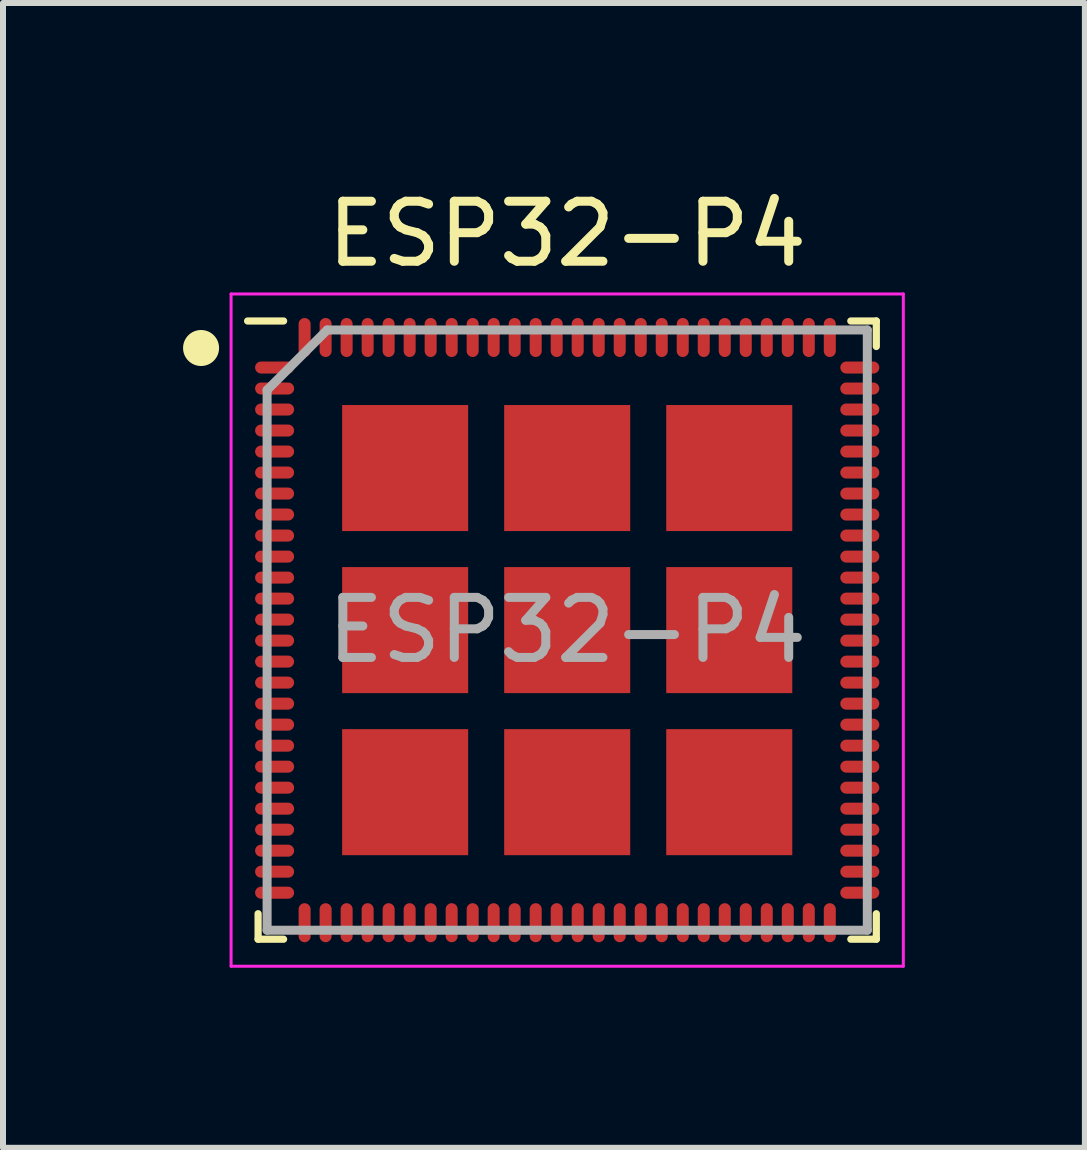
<source format=kicad_pcb>
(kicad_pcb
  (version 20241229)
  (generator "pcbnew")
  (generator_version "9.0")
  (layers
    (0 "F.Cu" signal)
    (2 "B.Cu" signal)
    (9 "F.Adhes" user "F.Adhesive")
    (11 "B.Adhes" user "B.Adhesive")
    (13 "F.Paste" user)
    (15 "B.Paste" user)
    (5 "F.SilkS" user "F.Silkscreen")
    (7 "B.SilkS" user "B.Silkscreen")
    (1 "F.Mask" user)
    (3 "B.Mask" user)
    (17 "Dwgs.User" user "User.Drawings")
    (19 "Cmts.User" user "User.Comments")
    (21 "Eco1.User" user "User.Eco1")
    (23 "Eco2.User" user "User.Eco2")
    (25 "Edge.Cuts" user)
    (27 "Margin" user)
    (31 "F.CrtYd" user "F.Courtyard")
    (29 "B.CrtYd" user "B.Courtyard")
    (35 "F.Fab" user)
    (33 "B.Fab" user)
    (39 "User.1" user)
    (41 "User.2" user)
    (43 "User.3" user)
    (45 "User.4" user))
  (footprint "ESP32-P4"
    (layer "F.Cu")
    (at 6.4 7.448)
    (property "Reference" "ESP32-P4" (at 0 -6.6 0) (layer "F.SilkS") (effects (font (size 1 1) (thickness 0.15))))
    (attr smd)
    (fp_line (start -5.15 5.15) (end -5.15 4.725) (stroke (width 0.12) (type default)) (layer "F.SilkS"))
    (fp_line (start -4.725 -5.15) (end -5.325 -5.15) (stroke (width 0.12) (type default)) (layer "F.SilkS"))
    (fp_line (start -4.725 5.15) (end -5.15 5.15) (stroke (width 0.12) (type default)) (layer "F.SilkS"))
    (fp_line (start 4.725 -5.15) (end 5.15 -5.15) (stroke (width 0.12) (type default)) (layer "F.SilkS"))
    (fp_line (start 4.725 5.15) (end 5.15 5.15) (stroke (width 0.12) (type default)) (layer "F.SilkS"))
    (fp_line (start 5.15 -5.15) (end 5.15 -4.725) (stroke (width 0.12) (type default)) (layer "F.SilkS"))
    (fp_line (start 5.15 5.15) (end 5.15 4.725) (stroke (width 0.12) (type default)) (layer "F.SilkS"))
    (fp_circle (center -6.1 -4.7) (end -5.85 -4.7) (stroke (width 0.1) (type default)) (fill yes) (layer "F.SilkS"))
    (fp_line (start -5.6 -5.6) (end 5.6 -5.6) (stroke (width 0.05) (type default)) (layer "F.CrtYd"))
    (fp_line (start -5.6 5.6) (end -5.6 -5.6) (stroke (width 0.05) (type default)) (layer "F.CrtYd"))
    (fp_line (start 5.6 -5.6) (end 5.6 5.6) (stroke (width 0.05) (type default)) (layer "F.CrtYd"))
    (fp_line (start 5.6 5.6) (end -5.6 5.6) (stroke (width 0.05) (type default)) (layer "F.CrtYd"))
    (fp_line (start -5 -4) (end -5 5) (stroke (width 0.15) (type default)) (layer "F.Fab"))
    (fp_line (start -5 5) (end 5 5) (stroke (width 0.15) (type default)) (layer "F.Fab"))
    (fp_line (start -4 -5) (end -5 -4) (stroke (width 0.15) (type default)) (layer "F.Fab"))
    (fp_line (start 5 -5) (end -4 -5) (stroke (width 0.15) (type default)) (layer "F.Fab"))
    (fp_line (start 5 5) (end 5 -5) (stroke (width 0.15) (type default)) (layer "F.Fab"))
    (fp_text user "${REFERENCE}" (at 0 0 0) (layer "F.Fab") (effects (font (size 1 1) (thickness 0.15))))
    (pad "1" smd oval (at -4.875 -4.375 90) (size 0.2 0.65) (layers "F.Cu" "F.Mask" "F.Paste"))
    (pad "2" smd oval (at -4.875 -4.025 90) (size 0.2 0.65) (layers "F.Cu" "F.Mask" "F.Paste"))
    (pad "3" smd oval (at -4.875 -3.675 90) (size 0.2 0.65) (layers "F.Cu" "F.Mask" "F.Paste"))
    (pad "4" smd oval (at -4.875 -3.325 90) (size 0.2 0.65) (layers "F.Cu" "F.Mask" "F.Paste"))
    (pad "5" smd oval (at -4.875 -2.975 90) (size 0.2 0.65) (layers "F.Cu" "F.Mask" "F.Paste"))
    (pad "6" smd oval (at -4.875 -2.625 90) (size 0.2 0.65) (layers "F.Cu" "F.Mask" "F.Paste"))
    (pad "7" smd oval (at -4.875 -2.275 90) (size 0.2 0.65) (layers "F.Cu" "F.Mask" "F.Paste"))
    (pad "8" smd oval (at -4.875 -1.925 90) (size 0.2 0.65) (layers "F.Cu" "F.Mask" "F.Paste"))
    (pad "9" smd oval (at -4.875 -1.575 90) (size 0.2 0.65) (layers "F.Cu" "F.Mask" "F.Paste"))
    (pad "10" smd oval (at -4.875 -1.225 90) (size 0.2 0.65) (layers "F.Cu" "F.Mask" "F.Paste"))
    (pad "11" smd oval (at -4.875 -0.875 90) (size 0.2 0.65) (layers "F.Cu" "F.Mask" "F.Paste"))
    (pad "12" smd oval (at -4.875 -0.525 90) (size 0.2 0.65) (layers "F.Cu" "F.Mask" "F.Paste"))
    (pad "13" smd oval (at -4.875 -0.175 90) (size 0.2 0.65) (layers "F.Cu" "F.Mask" "F.Paste"))
    (pad "14" smd oval (at -4.875 0.175 90) (size 0.2 0.65) (layers "F.Cu" "F.Mask" "F.Paste"))
    (pad "15" smd oval (at -4.875 0.525 90) (size 0.2 0.65) (layers "F.Cu" "F.Mask" "F.Paste"))
    (pad "16" smd oval (at -4.875 0.875 90) (size 0.2 0.65) (layers "F.Cu" "F.Mask" "F.Paste"))
    (pad "17" smd oval (at -4.875 1.225 90) (size 0.2 0.65) (layers "F.Cu" "F.Mask" "F.Paste"))
    (pad "18" smd oval (at -4.875 1.575 90) (size 0.2 0.65) (layers "F.Cu" "F.Mask" "F.Paste"))
    (pad "19" smd oval (at -4.875 1.925 90) (size 0.2 0.65) (layers "F.Cu" "F.Mask" "F.Paste"))
    (pad "20" smd oval (at -4.875 2.275 90) (size 0.2 0.65) (layers "F.Cu" "F.Mask" "F.Paste"))
    (pad "21" smd oval (at -4.875 2.625 90) (size 0.2 0.65) (layers "F.Cu" "F.Mask" "F.Paste"))
    (pad "22" smd oval (at -4.875 2.975 90) (size 0.2 0.65) (layers "F.Cu" "F.Mask" "F.Paste"))
    (pad "23" smd oval (at -4.875 3.325 90) (size 0.2 0.65) (layers "F.Cu" "F.Mask" "F.Paste"))
    (pad "24" smd oval (at -4.875 3.675 90) (size 0.2 0.65) (layers "F.Cu" "F.Mask" "F.Paste"))
    (pad "25" smd oval (at -4.875 4.025 90) (size 0.2 0.65) (layers "F.Cu" "F.Mask" "F.Paste"))
    (pad "26" smd oval (at -4.875 4.375 90) (size 0.2 0.65) (layers "F.Cu" "F.Mask" "F.Paste"))
    (pad "27" smd oval (at -4.375 4.875) (size 0.2 0.65) (layers "F.Cu" "F.Mask" "F.Paste"))
    (pad "28" smd oval (at -4.025 4.875) (size 0.2 0.65) (layers "F.Cu" "F.Mask" "F.Paste"))
    (pad "29" smd oval (at -3.675 4.875) (size 0.2 0.65) (layers "F.Cu" "F.Mask" "F.Paste"))
    (pad "30" smd oval (at -3.325 4.875) (size 0.2 0.65) (layers "F.Cu" "F.Mask" "F.Paste"))
    (pad "31" smd oval (at -2.975 4.875) (size 0.2 0.65) (layers "F.Cu" "F.Mask" "F.Paste"))
    (pad "32" smd oval (at -2.625 4.875) (size 0.2 0.65) (layers "F.Cu" "F.Mask" "F.Paste"))
    (pad "33" smd oval (at -2.275 4.875) (size 0.2 0.65) (layers "F.Cu" "F.Mask" "F.Paste"))
    (pad "34" smd oval (at -1.925 4.875) (size 0.2 0.65) (layers "F.Cu" "F.Mask" "F.Paste"))
    (pad "35" smd oval (at -1.575 4.875) (size 0.2 0.65) (layers "F.Cu" "F.Mask" "F.Paste"))
    (pad "36" smd oval (at -1.225 4.875) (size 0.2 0.65) (layers "F.Cu" "F.Mask" "F.Paste"))
    (pad "37" smd oval (at -0.875 4.875) (size 0.2 0.65) (layers "F.Cu" "F.Mask" "F.Paste"))
    (pad "38" smd oval (at -0.525 4.875) (size 0.2 0.65) (layers "F.Cu" "F.Mask" "F.Paste"))
    (pad "39" smd oval (at -0.175 4.875) (size 0.2 0.65) (layers "F.Cu" "F.Mask" "F.Paste"))
    (pad "40" smd oval (at 0.175 4.875) (size 0.2 0.65) (layers "F.Cu" "F.Mask" "F.Paste"))
    (pad "41" smd oval (at 0.525 4.875) (size 0.2 0.65) (layers "F.Cu" "F.Mask" "F.Paste"))
    (pad "42" smd oval (at 0.875 4.875) (size 0.2 0.65) (layers "F.Cu" "F.Mask" "F.Paste"))
    (pad "43" smd oval (at 1.225 4.875) (size 0.2 0.65) (layers "F.Cu" "F.Mask" "F.Paste"))
    (pad "44" smd oval (at 1.575 4.875) (size 0.2 0.65) (layers "F.Cu" "F.Mask" "F.Paste"))
    (pad "45" smd oval (at 1.925 4.875) (size 0.2 0.65) (layers "F.Cu" "F.Mask" "F.Paste"))
    (pad "46" smd oval (at 2.275 4.875) (size 0.2 0.65) (layers "F.Cu" "F.Mask" "F.Paste"))
    (pad "47" smd oval (at 2.625 4.875) (size 0.2 0.65) (layers "F.Cu" "F.Mask" "F.Paste"))
    (pad "48" smd oval (at 2.975 4.875) (size 0.2 0.65) (layers "F.Cu" "F.Mask" "F.Paste"))
    (pad "49" smd oval (at 3.325 4.875) (size 0.2 0.65) (layers "F.Cu" "F.Mask" "F.Paste"))
    (pad "50" smd oval (at 3.675 4.875) (size 0.2 0.65) (layers "F.Cu" "F.Mask" "F.Paste"))
    (pad "51" smd oval (at 4.025 4.875) (size 0.2 0.65) (layers "F.Cu" "F.Mask" "F.Paste"))
    (pad "52" smd oval (at 4.375 4.875) (size 0.2 0.65) (layers "F.Cu" "F.Mask" "F.Paste"))
    (pad "53" smd oval (at 4.875 4.375 90) (size 0.2 0.65) (layers "F.Cu" "F.Mask" "F.Paste"))
    (pad "54" smd oval (at 4.875 4.025 90) (size 0.2 0.65) (layers "F.Cu" "F.Mask" "F.Paste"))
    (pad "55" smd oval (at 4.875 3.675 90) (size 0.2 0.65) (layers "F.Cu" "F.Mask" "F.Paste"))
    (pad "56" smd oval (at 4.875 3.325 90) (size 0.2 0.65) (layers "F.Cu" "F.Mask" "F.Paste"))
    (pad "57" smd oval (at 4.875 2.975 90) (size 0.2 0.65) (layers "F.Cu" "F.Mask" "F.Paste"))
    (pad "58" smd oval (at 4.875 2.625 90) (size 0.2 0.65) (layers "F.Cu" "F.Mask" "F.Paste"))
    (pad "59" smd oval (at 4.875 2.275 90) (size 0.2 0.65) (layers "F.Cu" "F.Mask" "F.Paste"))
    (pad "60" smd oval (at 4.875 1.925 90) (size 0.2 0.65) (layers "F.Cu" "F.Mask" "F.Paste"))
    (pad "61" smd oval (at 4.875 1.575 90) (size 0.2 0.65) (layers "F.Cu" "F.Mask" "F.Paste"))
    (pad "62" smd oval (at 4.875 1.225 90) (size 0.2 0.65) (layers "F.Cu" "F.Mask" "F.Paste"))
    (pad "63" smd oval (at 4.875 0.875 90) (size 0.2 0.65) (layers "F.Cu" "F.Mask" "F.Paste"))
    (pad "64" smd oval (at 4.875 0.525 90) (size 0.2 0.65) (layers "F.Cu" "F.Mask" "F.Paste"))
    (pad "65" smd oval (at 4.875 0.175 90) (size 0.2 0.65) (layers "F.Cu" "F.Mask" "F.Paste"))
    (pad "66" smd oval (at 4.875 -0.175 90) (size 0.2 0.65) (layers "F.Cu" "F.Mask" "F.Paste"))
    (pad "67" smd oval (at 4.875 -0.525 90) (size 0.2 0.65) (layers "F.Cu" "F.Mask" "F.Paste"))
    (pad "68" smd oval (at 4.875 -0.875 90) (size 0.2 0.65) (layers "F.Cu" "F.Mask" "F.Paste"))
    (pad "69" smd oval (at 4.875 -1.225 90) (size 0.2 0.65) (layers "F.Cu" "F.Mask" "F.Paste"))
    (pad "70" smd oval (at 4.875 -1.575 90) (size 0.2 0.65) (layers "F.Cu" "F.Mask" "F.Paste"))
    (pad "71" smd oval (at 4.875 -1.925 90) (size 0.2 0.65) (layers "F.Cu" "F.Mask" "F.Paste"))
    (pad "72" smd oval (at 4.875 -2.275 90) (size 0.2 0.65) (layers "F.Cu" "F.Mask" "F.Paste"))
    (pad "73" smd oval (at 4.875 -2.625 90) (size 0.2 0.65) (layers "F.Cu" "F.Mask" "F.Paste"))
    (pad "74" smd oval (at 4.875 -2.975 90) (size 0.2 0.65) (layers "F.Cu" "F.Mask" "F.Paste"))
    (pad "75" smd oval (at 4.875 -3.325 90) (size 0.2 0.65) (layers "F.Cu" "F.Mask" "F.Paste"))
    (pad "76" smd oval (at 4.875 -3.675 90) (size 0.2 0.65) (layers "F.Cu" "F.Mask" "F.Paste"))
    (pad "77" smd oval (at 4.875 -4.025 90) (size 0.2 0.65) (layers "F.Cu" "F.Mask" "F.Paste"))
    (pad "78" smd oval (at 4.875 -4.375 90) (size 0.2 0.65) (layers "F.Cu" "F.Mask" "F.Paste"))
    (pad "79" smd oval (at 4.375 -4.875) (size 0.2 0.65) (layers "F.Cu" "F.Mask" "F.Paste"))
    (pad "80" smd oval (at 4.025 -4.875) (size 0.2 0.65) (layers "F.Cu" "F.Mask" "F.Paste"))
    (pad "81" smd oval (at 3.675 -4.875) (size 0.2 0.65) (layers "F.Cu" "F.Mask" "F.Paste"))
    (pad "82" smd oval (at 3.325 -4.875) (size 0.2 0.65) (layers "F.Cu" "F.Mask" "F.Paste"))
    (pad "83" smd oval (at 2.975 -4.875) (size 0.2 0.65) (layers "F.Cu" "F.Mask" "F.Paste"))
    (pad "84" smd oval (at 2.625 -4.875) (size 0.2 0.65) (layers "F.Cu" "F.Mask" "F.Paste"))
    (pad "85" smd oval (at 2.275 -4.875) (size 0.2 0.65) (layers "F.Cu" "F.Mask" "F.Paste"))
    (pad "86" smd oval (at 1.925 -4.875) (size 0.2 0.65) (layers "F.Cu" "F.Mask" "F.Paste"))
    (pad "87" smd oval (at 1.575 -4.875) (size 0.2 0.65) (layers "F.Cu" "F.Mask" "F.Paste"))
    (pad "88" smd oval (at 1.225 -4.875) (size 0.2 0.65) (layers "F.Cu" "F.Mask" "F.Paste"))
    (pad "89" smd oval (at 0.875 -4.875) (size 0.2 0.65) (layers "F.Cu" "F.Mask" "F.Paste"))
    (pad "90" smd oval (at 0.525 -4.875) (size 0.2 0.65) (layers "F.Cu" "F.Mask" "F.Paste"))
    (pad "91" smd oval (at 0.175 -4.875) (size 0.2 0.65) (layers "F.Cu" "F.Mask" "F.Paste"))
    (pad "92" smd oval (at -0.175 -4.875) (size 0.2 0.65) (layers "F.Cu" "F.Mask" "F.Paste"))
    (pad "93" smd oval (at -0.525 -4.875) (size 0.2 0.65) (layers "F.Cu" "F.Mask" "F.Paste"))
    (pad "94" smd oval (at -0.875 -4.875) (size 0.2 0.65) (layers "F.Cu" "F.Mask" "F.Paste"))
    (pad "95" smd oval (at -1.225 -4.875) (size 0.2 0.65) (layers "F.Cu" "F.Mask" "F.Paste"))
    (pad "96" smd oval (at -1.575 -4.875) (size 0.2 0.65) (layers "F.Cu" "F.Mask" "F.Paste"))
    (pad "97" smd oval (at -1.925 -4.875) (size 0.2 0.65) (layers "F.Cu" "F.Mask" "F.Paste"))
    (pad "98" smd oval (at -2.275 -4.875) (size 0.2 0.65) (layers "F.Cu" "F.Mask" "F.Paste"))
    (pad "99" smd oval (at -2.625 -4.875) (size 0.2 0.65) (layers "F.Cu" "F.Mask" "F.Paste"))
    (pad "100" smd oval (at -2.975 -4.875) (size 0.2 0.65) (layers "F.Cu" "F.Mask" "F.Paste"))
    (pad "101" smd oval (at -3.325 -4.875) (size 0.2 0.65) (layers "F.Cu" "F.Mask" "F.Paste"))
    (pad "102" smd oval (at -3.675 -4.875) (size 0.2 0.65) (layers "F.Cu" "F.Mask" "F.Paste"))
    (pad "103" smd oval (at -4.025 -4.875) (size 0.2 0.65) (layers "F.Cu" "F.Mask" "F.Paste"))
    (pad "104" smd oval (at -4.375 -4.875) (size 0.2 0.65) (layers "F.Cu" "F.Mask" "F.Paste"))
    (pad "105" smd rect (at -2.7 -2.7) (size 2.1 2.1) (layers "F.Cu" "F.Mask" "F.Paste"))
    (pad "105" smd rect (at -2.7 0) (size 2.1 2.1) (layers "F.Cu" "F.Mask" "F.Paste"))
    (pad "105" smd rect (at -2.7 2.7) (size 2.1 2.1) (layers "F.Cu" "F.Mask" "F.Paste"))
    (pad "105" smd rect (at 0 -2.7) (size 2.1 2.1) (layers "F.Cu" "F.Mask" "F.Paste"))
    (pad "105" smd rect (at 0 0) (size 2.1 2.1) (layers "F.Cu" "F.Mask" "F.Paste"))
    (pad "105" smd rect (at 0 2.7) (size 2.1 2.1) (layers "F.Cu" "F.Mask" "F.Paste"))
    (pad "105" smd rect (at 2.7 -2.7) (size 2.1 2.1) (layers "F.Cu" "F.Mask" "F.Paste"))
    (pad "105" smd rect (at 2.7 0) (size 2.1 2.1) (layers "F.Cu" "F.Mask" "F.Paste"))
    (pad "105" smd rect (at 2.7 2.7) (size 2.1 2.1) (layers "F.Cu" "F.Mask" "F.Paste")))
  (gr_rect
    (start -3 -3)
    (end 15.025 16.073)
    (stroke (width 0.1) (type default))
    (fill no)
    (layer "Edge.Cuts")))
</source>
